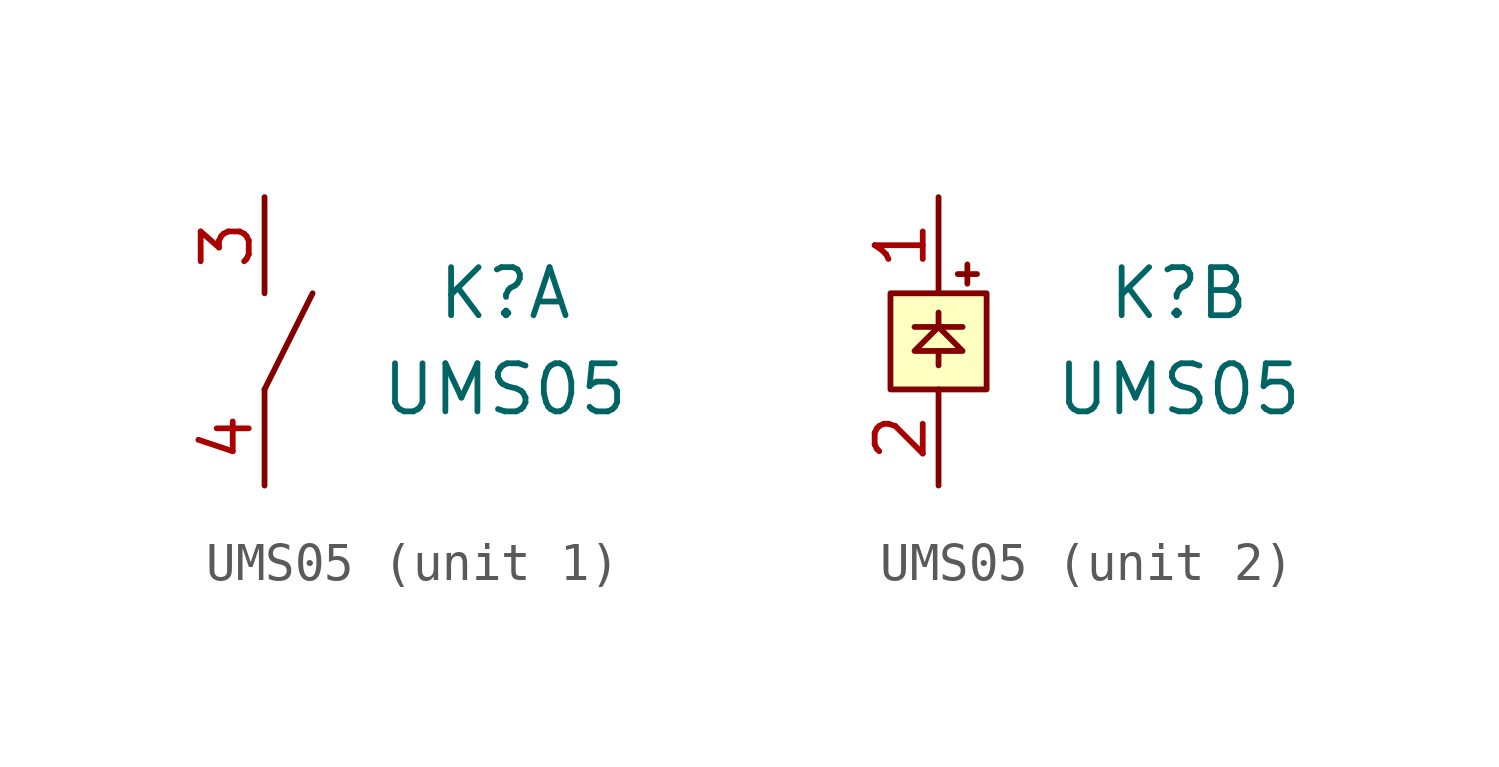
<source format=kicad_sym>
(kicad_symbol_lib
  (version 20220914)
  (generator kicad_symbol_editor)
  (symbol "UMS05"
    (pin_names
      (offset 1.016))
    (property "Reference" "K"
      (at 6.35 1.27 0)
      (effects (font (size 1.27 1.27))))
    (property "Value" "UMS05"
      (at 6.35 -1.27 0)
      (effects (font (size 1.27 1.27))))
    (symbol "UMS05_1_1"
      (polyline (pts (xy 0 -1.27) (xy 1.27 1.27)) (stroke (width 0) (type solid)) (fill (type none)))
      (pin passive line (at 0 3.81 270) (length 2.54) (name "~" (effects (font (size 1.27 1.27)))) (number "3" (effects (font (size 1.27 1.27)))))
      (pin passive line (at 0 -3.81 90) (length 2.54) (name "~" (effects (font (size 1.27 1.27)))) (number "4" (effects (font (size 1.27 1.27))))))
    (symbol "UMS05_2_1"
      (polyline (pts (xy 0 -0.254) (xy 0 -0.635)) (stroke (width 0) (type solid)) (fill (type none)))
      (polyline (pts (xy 0 0.381) (xy 0 0.762)) (stroke (width 0) (type solid)) (fill (type none)))
      (polyline (pts (xy 0.508 1.778) (xy 1.016 1.778)) (stroke (width 0) (type solid)) (fill (type none)))
      (polyline (pts (xy 0.635 0.381) (xy -0.635 0.381)) (stroke (width 0) (type solid)) (fill (type none)))
      (polyline (pts (xy 0.762 2.032) (xy 0.762 1.524)) (stroke (width 0) (type solid)) (fill (type none)))
      (polyline (pts (xy 0.635 -0.254) (xy -0.635 -0.254) (xy 0 0.381) (xy 0.635 -0.254)) (stroke (width 0) (type solid)) (fill (type none)))
      (rectangle (start 1.27 1.27) (end -1.27 -1.27) (stroke (width 0) (type solid)) (fill (type background)))
      (pin passive line (at 0 3.81 270) (length 2.54) (name "~" (effects (font (size 1.27 1.27)))) (number "1" (effects (font (size 1.27 1.27)))))
      (pin passive line (at 0 -3.81 90) (length 2.54) (name "~" (effects (font (size 1.27 1.27)))) (number "2" (effects (font (size 1.27 1.27))))))))
</source>
